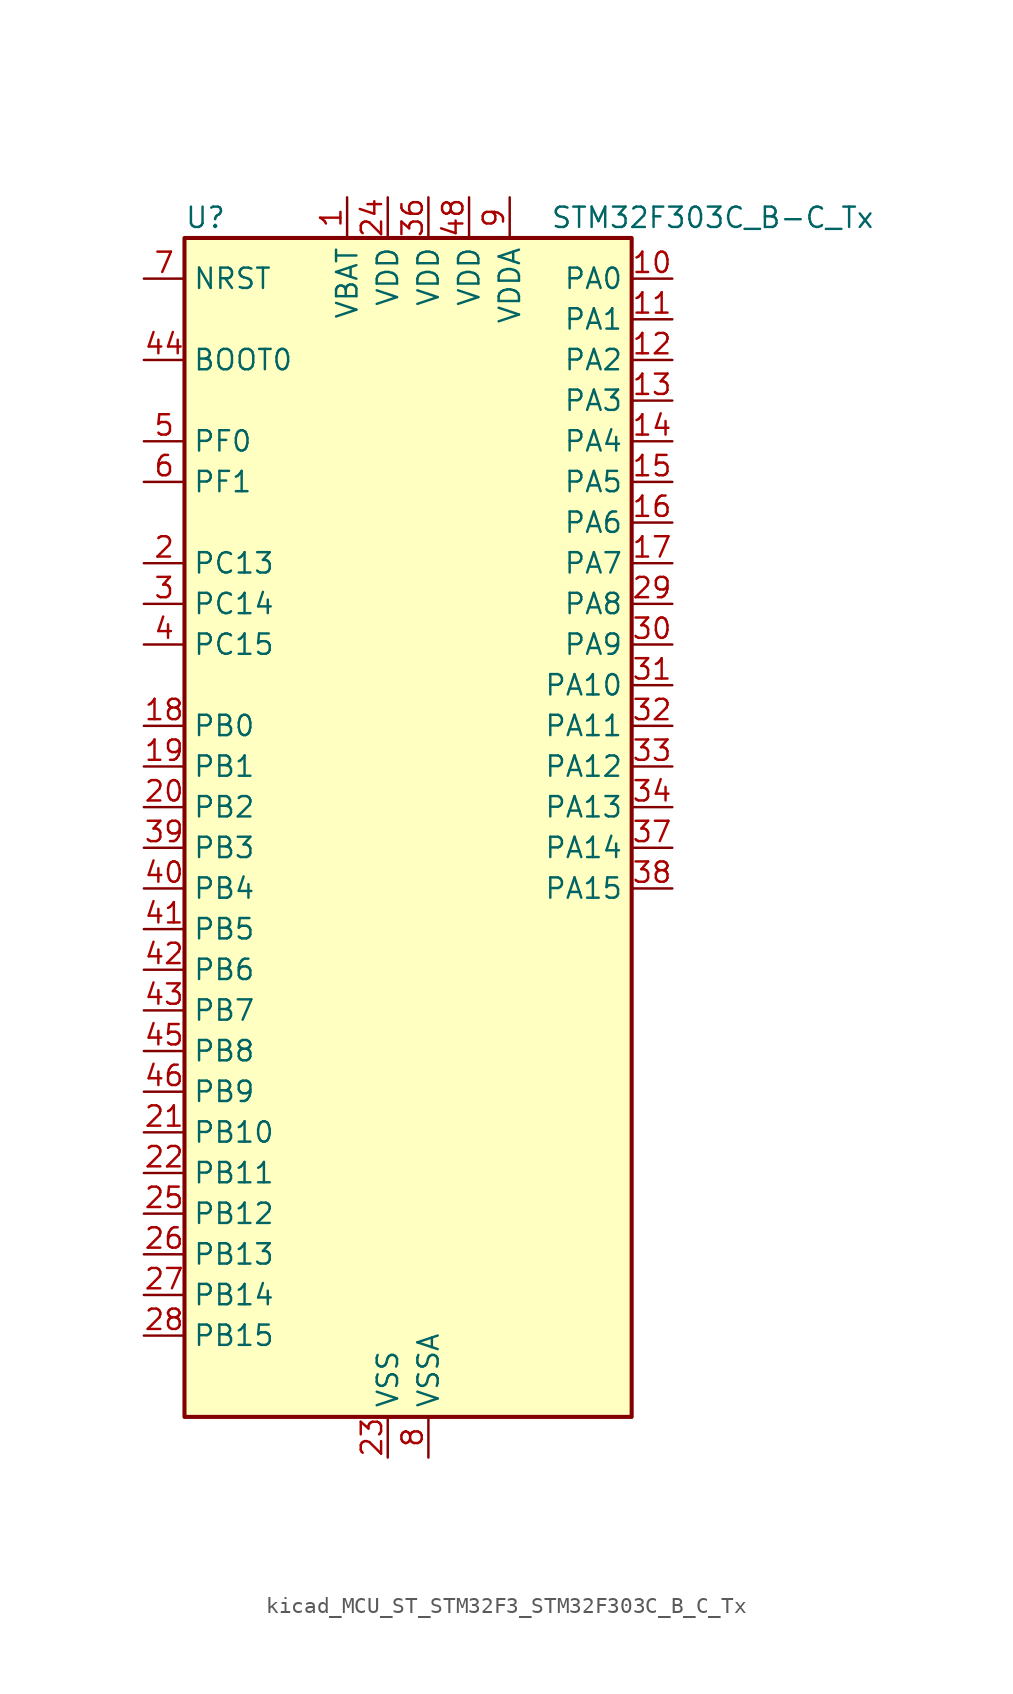
<source format=kicad_sym>
(kicad_symbol_lib
  (version 20220914)
  (generator kicad_symbol_editor)
  (symbol "kicad_MCU_ST_STM32F3_STM32F303C_B_C_Tx"
    (property "Reference" "U"
      (at -12.7 39.37 0)
      (effects (font (size 1.27 1.27)) (justify left)))
    (property "Value" "STM32F303C_B-C_Tx"
      (at 10.16 39.37 0)
      (effects (font (size 1.27 1.27)) (justify left)))
    (property "ki_locked" ""
      (at 0 0 0)
      (effects (font (size 1.27 1.27))))
    (symbol "kicad_MCU_ST_STM32F3_STM32F303C_B_C_Tx_0_1"
      (rectangle (start -12.7 -35.56) (end 15.24 38.1) (stroke (width 0.254) (type default)) (fill (type background))))
    (symbol "kicad_MCU_ST_STM32F3_STM32F303C_B_C_Tx_1_1"
      (pin power_in line (at -2.54 40.64 270) (length 2.54) (name "VBAT" (effects (font (size 1.27 1.27)))) (number "1" (effects (font (size 1.27 1.27)))))
      (pin bidirectional line (at 17.78 35.56 180) (length 2.54) (name "PA0" (effects (font (size 1.27 1.27)))) (number "10" (effects (font (size 1.27 1.27)))) (alternate "ADC1_IN1" bidirectional line) (alternate "COMP1_INM" bidirectional line) (alternate "COMP1_OUT" bidirectional line) (alternate "COMP7_INP" bidirectional line) (alternate "RTC_TAMP2" bidirectional line) (alternate "SYS_WKUP1" bidirectional line) (alternate "TIM2_CH1" bidirectional line) (alternate "TIM2_ETR" bidirectional line) (alternate "TIM8_BKIN" bidirectional line) (alternate "TIM8_ETR" bidirectional line) (alternate "TSC_G1_IO1" bidirectional line) (alternate "USART2_CTS" bidirectional line))
      (pin bidirectional line (at 17.78 33.02 180) (length 2.54) (name "PA1" (effects (font (size 1.27 1.27)))) (number "11" (effects (font (size 1.27 1.27)))) (alternate "ADC1_IN2" bidirectional line) (alternate "COMP1_INP" bidirectional line) (alternate "OPAMP1_VINP" bidirectional line) (alternate "OPAMP1_VINP_SEC" bidirectional line) (alternate "OPAMP3_VINP" bidirectional line) (alternate "OPAMP3_VINP_SEC" bidirectional line) (alternate "RTC_REFIN" bidirectional line) (alternate "TIM15_CH1N" bidirectional line) (alternate "TIM2_CH2" bidirectional line) (alternate "TSC_G1_IO2" bidirectional line) (alternate "USART2_DE" bidirectional line) (alternate "USART2_RTS" bidirectional line))
      (pin bidirectional line (at 17.78 30.48 180) (length 2.54) (name "PA2" (effects (font (size 1.27 1.27)))) (number "12" (effects (font (size 1.27 1.27)))) (alternate "ADC1_IN3" bidirectional line) (alternate "ADC3_EXTI2" bidirectional line) (alternate "ADC4_EXTI2" bidirectional line) (alternate "COMP2_INM" bidirectional line) (alternate "COMP2_OUT" bidirectional line) (alternate "OPAMP1_VOUT" bidirectional line) (alternate "TIM15_CH1" bidirectional line) (alternate "TIM2_CH3" bidirectional line) (alternate "TSC_G1_IO3" bidirectional line) (alternate "USART2_TX" bidirectional line))
      (pin bidirectional line (at 17.78 27.94 180) (length 2.54) (name "PA3" (effects (font (size 1.27 1.27)))) (number "13" (effects (font (size 1.27 1.27)))) (alternate "ADC1_IN4" bidirectional line) (alternate "COMP2_INP" bidirectional line) (alternate "OPAMP1_VINM" bidirectional line) (alternate "OPAMP1_VINM_SEC" bidirectional line) (alternate "OPAMP1_VINP" bidirectional line) (alternate "OPAMP1_VINP_SEC" bidirectional line) (alternate "TIM15_CH2" bidirectional line) (alternate "TIM2_CH4" bidirectional line) (alternate "TSC_G1_IO4" bidirectional line) (alternate "USART2_RX" bidirectional line))
      (pin bidirectional line (at 17.78 25.4 180) (length 2.54) (name "PA4" (effects (font (size 1.27 1.27)))) (number "14" (effects (font (size 1.27 1.27)))) (alternate "ADC2_IN1" bidirectional line) (alternate "COMP1_INM" bidirectional line) (alternate "COMP2_INM" bidirectional line) (alternate "COMP3_INM" bidirectional line) (alternate "COMP4_INM" bidirectional line) (alternate "COMP5_INM" bidirectional line) (alternate "COMP6_INM" bidirectional line) (alternate "COMP7_INM" bidirectional line) (alternate "DAC_OUT1" bidirectional line) (alternate "I2S3_WS" bidirectional line) (alternate "OPAMP4_VINP" bidirectional line) (alternate "OPAMP4_VINP_SEC" bidirectional line) (alternate "SPI1_NSS" bidirectional line) (alternate "SPI3_NSS" bidirectional line) (alternate "TIM3_CH2" bidirectional line) (alternate "TSC_G2_IO1" bidirectional line) (alternate "USART2_CK" bidirectional line))
      (pin bidirectional line (at 17.78 22.86 180) (length 2.54) (name "PA5" (effects (font (size 1.27 1.27)))) (number "15" (effects (font (size 1.27 1.27)))) (alternate "ADC2_IN2" bidirectional line) (alternate "COMP1_INM" bidirectional line) (alternate "COMP2_INM" bidirectional line) (alternate "COMP3_INM" bidirectional line) (alternate "COMP4_INM" bidirectional line) (alternate "COMP5_INM" bidirectional line) (alternate "COMP6_INM" bidirectional line) (alternate "COMP7_INM" bidirectional line) (alternate "DAC_OUT2" bidirectional line) (alternate "OPAMP1_VINP" bidirectional line) (alternate "OPAMP1_VINP_SEC" bidirectional line) (alternate "OPAMP2_VINM" bidirectional line) (alternate "OPAMP2_VINM_SEC" bidirectional line) (alternate "OPAMP3_VINP" bidirectional line) (alternate "OPAMP3_VINP_SEC" bidirectional line) (alternate "SPI1_SCK" bidirectional line) (alternate "TIM2_CH1" bidirectional line) (alternate "TIM2_ETR" bidirectional line) (alternate "TSC_G2_IO2" bidirectional line))
      (pin bidirectional line (at 17.78 20.32 180) (length 2.54) (name "PA6" (effects (font (size 1.27 1.27)))) (number "16" (effects (font (size 1.27 1.27)))) (alternate "ADC2_IN3" bidirectional line) (alternate "COMP1_OUT" bidirectional line) (alternate "OPAMP2_VOUT" bidirectional line) (alternate "SPI1_MISO" bidirectional line) (alternate "TIM16_CH1" bidirectional line) (alternate "TIM1_BKIN" bidirectional line) (alternate "TIM3_CH1" bidirectional line) (alternate "TIM8_BKIN" bidirectional line) (alternate "TSC_G2_IO3" bidirectional line))
      (pin bidirectional line (at 17.78 17.78 180) (length 2.54) (name "PA7" (effects (font (size 1.27 1.27)))) (number "17" (effects (font (size 1.27 1.27)))) (alternate "ADC2_IN4" bidirectional line) (alternate "COMP2_INP" bidirectional line) (alternate "COMP2_OUT" bidirectional line) (alternate "OPAMP1_VINP" bidirectional line) (alternate "OPAMP1_VINP_SEC" bidirectional line) (alternate "OPAMP2_VINP" bidirectional line) (alternate "OPAMP2_VINP_SEC" bidirectional line) (alternate "SPI1_MOSI" bidirectional line) (alternate "TIM17_CH1" bidirectional line) (alternate "TIM1_CH1N" bidirectional line) (alternate "TIM3_CH2" bidirectional line) (alternate "TIM8_CH1N" bidirectional line) (alternate "TSC_G2_IO4" bidirectional line))
      (pin bidirectional line (at -15.24 7.62 0) (length 2.54) (name "PB0" (effects (font (size 1.27 1.27)))) (number "18" (effects (font (size 1.27 1.27)))) (alternate "ADC3_IN12" bidirectional line) (alternate "COMP4_INP" bidirectional line) (alternate "OPAMP2_VINP" bidirectional line) (alternate "OPAMP2_VINP_SEC" bidirectional line) (alternate "OPAMP3_VINP" bidirectional line) (alternate "OPAMP3_VINP_SEC" bidirectional line) (alternate "TIM1_CH2N" bidirectional line) (alternate "TIM3_CH3" bidirectional line) (alternate "TIM8_CH2N" bidirectional line) (alternate "TSC_G3_IO2" bidirectional line))
      (pin bidirectional line (at -15.24 5.08 0) (length 2.54) (name "PB1" (effects (font (size 1.27 1.27)))) (number "19" (effects (font (size 1.27 1.27)))) (alternate "ADC3_IN1" bidirectional line) (alternate "COMP4_OUT" bidirectional line) (alternate "OPAMP3_VOUT" bidirectional line) (alternate "TIM1_CH3N" bidirectional line) (alternate "TIM3_CH4" bidirectional line) (alternate "TIM8_CH3N" bidirectional line) (alternate "TSC_G3_IO3" bidirectional line))
      (pin bidirectional line (at -15.24 17.78 0) (length 2.54) (name "PC13" (effects (font (size 1.27 1.27)))) (number "2" (effects (font (size 1.27 1.27)))) (alternate "RTC_OUT_ALARM" bidirectional line) (alternate "RTC_OUT_CALIB" bidirectional line) (alternate "RTC_TAMP1" bidirectional line) (alternate "RTC_TS" bidirectional line) (alternate "SYS_WKUP2" bidirectional line) (alternate "TIM1_CH1N" bidirectional line))
      (pin bidirectional line (at -15.24 2.54 0) (length 2.54) (name "PB2" (effects (font (size 1.27 1.27)))) (number "20" (effects (font (size 1.27 1.27)))) (alternate "ADC2_IN12" bidirectional line) (alternate "ADC3_EXTI2" bidirectional line) (alternate "ADC4_EXTI2" bidirectional line) (alternate "COMP4_INM" bidirectional line) (alternate "OPAMP3_VINM" bidirectional line) (alternate "OPAMP3_VINM_SEC" bidirectional line) (alternate "TSC_G3_IO4" bidirectional line))
      (pin bidirectional line (at -15.24 -17.78 0) (length 2.54) (name "PB10" (effects (font (size 1.27 1.27)))) (number "21" (effects (font (size 1.27 1.27)))) (alternate "COMP5_INM" bidirectional line) (alternate "OPAMP3_VINM" bidirectional line) (alternate "OPAMP3_VINM_SEC" bidirectional line) (alternate "OPAMP4_VINM" bidirectional line) (alternate "OPAMP4_VINM_SEC" bidirectional line) (alternate "TIM2_CH3" bidirectional line) (alternate "TSC_SYNC" bidirectional line) (alternate "USART3_TX" bidirectional line))
      (pin bidirectional line (at -15.24 -20.32 0) (length 2.54) (name "PB11" (effects (font (size 1.27 1.27)))) (number "22" (effects (font (size 1.27 1.27)))) (alternate "ADC1_EXTI11" bidirectional line) (alternate "ADC2_EXTI11" bidirectional line) (alternate "COMP6_INP" bidirectional line) (alternate "OPAMP4_VINP" bidirectional line) (alternate "OPAMP4_VINP_SEC" bidirectional line) (alternate "TIM2_CH4" bidirectional line) (alternate "TSC_G6_IO1" bidirectional line) (alternate "USART3_RX" bidirectional line))
      (pin power_in line (at 0 -38.1 90) (length 2.54) (name "VSS" (effects (font (size 1.27 1.27)))) (number "23" (effects (font (size 1.27 1.27)))))
      (pin power_in line (at 0 40.64 270) (length 2.54) (name "VDD" (effects (font (size 1.27 1.27)))) (number "24" (effects (font (size 1.27 1.27)))))
      (pin bidirectional line (at -15.24 -22.86 0) (length 2.54) (name "PB12" (effects (font (size 1.27 1.27)))) (number "25" (effects (font (size 1.27 1.27)))) (alternate "ADC4_IN3" bidirectional line) (alternate "COMP3_INM" bidirectional line) (alternate "I2C2_SMBA" bidirectional line) (alternate "I2S2_WS" bidirectional line) (alternate "OPAMP4_VOUT" bidirectional line) (alternate "SPI2_NSS" bidirectional line) (alternate "TIM1_BKIN" bidirectional line) (alternate "TSC_G6_IO2" bidirectional line) (alternate "USART3_CK" bidirectional line))
      (pin bidirectional line (at -15.24 -25.4 0) (length 2.54) (name "PB13" (effects (font (size 1.27 1.27)))) (number "26" (effects (font (size 1.27 1.27)))) (alternate "ADC3_IN5" bidirectional line) (alternate "COMP5_INP" bidirectional line) (alternate "I2S2_CK" bidirectional line) (alternate "OPAMP3_VINP" bidirectional line) (alternate "OPAMP3_VINP_SEC" bidirectional line) (alternate "OPAMP4_VINP" bidirectional line) (alternate "OPAMP4_VINP_SEC" bidirectional line) (alternate "SPI2_SCK" bidirectional line) (alternate "TIM1_CH1N" bidirectional line) (alternate "TSC_G6_IO3" bidirectional line) (alternate "USART3_CTS" bidirectional line))
      (pin bidirectional line (at -15.24 -27.94 0) (length 2.54) (name "PB14" (effects (font (size 1.27 1.27)))) (number "27" (effects (font (size 1.27 1.27)))) (alternate "ADC4_IN4" bidirectional line) (alternate "COMP3_INP" bidirectional line) (alternate "I2S2_ext_SD" bidirectional line) (alternate "OPAMP2_VINP" bidirectional line) (alternate "OPAMP2_VINP_SEC" bidirectional line) (alternate "SPI2_MISO" bidirectional line) (alternate "TIM15_CH1" bidirectional line) (alternate "TIM1_CH2N" bidirectional line) (alternate "TSC_G6_IO4" bidirectional line) (alternate "USART3_DE" bidirectional line) (alternate "USART3_RTS" bidirectional line))
      (pin bidirectional line (at -15.24 -30.48 0) (length 2.54) (name "PB15" (effects (font (size 1.27 1.27)))) (number "28" (effects (font (size 1.27 1.27)))) (alternate "ADC1_EXTI15" bidirectional line) (alternate "ADC2_EXTI15" bidirectional line) (alternate "ADC4_IN5" bidirectional line) (alternate "COMP6_INM" bidirectional line) (alternate "I2S2_SD" bidirectional line) (alternate "RTC_REFIN" bidirectional line) (alternate "SPI2_MOSI" bidirectional line) (alternate "TIM15_CH1N" bidirectional line) (alternate "TIM15_CH2" bidirectional line) (alternate "TIM1_CH3N" bidirectional line))
      (pin bidirectional line (at 17.78 15.24 180) (length 2.54) (name "PA8" (effects (font (size 1.27 1.27)))) (number "29" (effects (font (size 1.27 1.27)))) (alternate "COMP3_OUT" bidirectional line) (alternate "I2C2_SMBA" bidirectional line) (alternate "I2S2_MCK" bidirectional line) (alternate "RCC_MCO" bidirectional line) (alternate "TIM1_CH1" bidirectional line) (alternate "TIM4_ETR" bidirectional line) (alternate "USART1_CK" bidirectional line))
      (pin bidirectional line (at -15.24 15.24 0) (length 2.54) (name "PC14" (effects (font (size 1.27 1.27)))) (number "3" (effects (font (size 1.27 1.27)))) (alternate "RCC_OSC32_IN" bidirectional line))
      (pin bidirectional line (at 17.78 12.7 180) (length 2.54) (name "PA9" (effects (font (size 1.27 1.27)))) (number "30" (effects (font (size 1.27 1.27)))) (alternate "COMP5_OUT" bidirectional line) (alternate "DAC_EXTI9" bidirectional line) (alternate "I2C2_SCL" bidirectional line) (alternate "I2S3_MCK" bidirectional line) (alternate "TIM15_BKIN" bidirectional line) (alternate "TIM1_CH2" bidirectional line) (alternate "TIM2_CH3" bidirectional line) (alternate "TSC_G4_IO1" bidirectional line) (alternate "USART1_TX" bidirectional line))
      (pin bidirectional line (at 17.78 10.16 180) (length 2.54) (name "PA10" (effects (font (size 1.27 1.27)))) (number "31" (effects (font (size 1.27 1.27)))) (alternate "COMP6_OUT" bidirectional line) (alternate "I2C2_SDA" bidirectional line) (alternate "TIM17_BKIN" bidirectional line) (alternate "TIM1_CH3" bidirectional line) (alternate "TIM2_CH4" bidirectional line) (alternate "TIM8_BKIN" bidirectional line) (alternate "TSC_G4_IO2" bidirectional line) (alternate "USART1_RX" bidirectional line))
      (pin bidirectional line (at 17.78 7.62 180) (length 2.54) (name "PA11" (effects (font (size 1.27 1.27)))) (number "32" (effects (font (size 1.27 1.27)))) (alternate "ADC1_EXTI11" bidirectional line) (alternate "ADC2_EXTI11" bidirectional line) (alternate "CAN_RX" bidirectional line) (alternate "COMP1_OUT" bidirectional line) (alternate "TIM1_BKIN2" bidirectional line) (alternate "TIM1_CH1N" bidirectional line) (alternate "TIM1_CH4" bidirectional line) (alternate "TIM4_CH1" bidirectional line) (alternate "USART1_CTS" bidirectional line) (alternate "USB_DM" bidirectional line))
      (pin bidirectional line (at 17.78 5.08 180) (length 2.54) (name "PA12" (effects (font (size 1.27 1.27)))) (number "33" (effects (font (size 1.27 1.27)))) (alternate "CAN_TX" bidirectional line) (alternate "COMP2_OUT" bidirectional line) (alternate "TIM16_CH1" bidirectional line) (alternate "TIM1_CH2N" bidirectional line) (alternate "TIM1_ETR" bidirectional line) (alternate "TIM4_CH2" bidirectional line) (alternate "USART1_DE" bidirectional line) (alternate "USART1_RTS" bidirectional line) (alternate "USB_DP" bidirectional line))
      (pin bidirectional line (at 17.78 2.54 180) (length 2.54) (name "PA13" (effects (font (size 1.27 1.27)))) (number "34" (effects (font (size 1.27 1.27)))) (alternate "IR_OUT" bidirectional line) (alternate "SYS_JTMS-SWDIO" bidirectional line) (alternate "TIM16_CH1N" bidirectional line) (alternate "TIM4_CH3" bidirectional line) (alternate "TSC_G4_IO3" bidirectional line) (alternate "USART3_CTS" bidirectional line))
      (pin passive line (at 0 -38.1 90) (length 2.54) hide (name "VSS" (effects (font (size 1.27 1.27)))) (number "35" (effects (font (size 1.27 1.27)))))
      (pin power_in line (at 2.54 40.64 270) (length 2.54) (name "VDD" (effects (font (size 1.27 1.27)))) (number "36" (effects (font (size 1.27 1.27)))))
      (pin bidirectional line (at 17.78 0 180) (length 2.54) (name "PA14" (effects (font (size 1.27 1.27)))) (number "37" (effects (font (size 1.27 1.27)))) (alternate "I2C1_SDA" bidirectional line) (alternate "SYS_JTCK-SWCLK" bidirectional line) (alternate "TIM1_BKIN" bidirectional line) (alternate "TIM8_CH2" bidirectional line) (alternate "TSC_G4_IO4" bidirectional line) (alternate "USART2_TX" bidirectional line))
      (pin bidirectional line (at 17.78 -2.54 180) (length 2.54) (name "PA15" (effects (font (size 1.27 1.27)))) (number "38" (effects (font (size 1.27 1.27)))) (alternate "ADC1_EXTI15" bidirectional line) (alternate "ADC2_EXTI15" bidirectional line) (alternate "I2C1_SCL" bidirectional line) (alternate "I2S3_WS" bidirectional line) (alternate "SPI1_NSS" bidirectional line) (alternate "SPI3_NSS" bidirectional line) (alternate "SYS_JTDI" bidirectional line) (alternate "TIM1_BKIN" bidirectional line) (alternate "TIM2_CH1" bidirectional line) (alternate "TIM2_ETR" bidirectional line) (alternate "TIM8_CH1" bidirectional line) (alternate "USART2_RX" bidirectional line))
      (pin bidirectional line (at -15.24 0 0) (length 2.54) (name "PB3" (effects (font (size 1.27 1.27)))) (number "39" (effects (font (size 1.27 1.27)))) (alternate "I2S3_CK" bidirectional line) (alternate "SPI1_SCK" bidirectional line) (alternate "SPI3_SCK" bidirectional line) (alternate "SYS_JTDO-TRACESWO" bidirectional line) (alternate "TIM2_CH2" bidirectional line) (alternate "TIM3_ETR" bidirectional line) (alternate "TIM4_ETR" bidirectional line) (alternate "TIM8_CH1N" bidirectional line) (alternate "TSC_G5_IO1" bidirectional line) (alternate "USART2_TX" bidirectional line))
      (pin bidirectional line (at -15.24 12.7 0) (length 2.54) (name "PC15" (effects (font (size 1.27 1.27)))) (number "4" (effects (font (size 1.27 1.27)))) (alternate "ADC1_EXTI15" bidirectional line) (alternate "ADC2_EXTI15" bidirectional line) (alternate "RCC_OSC32_OUT" bidirectional line))
      (pin bidirectional line (at -15.24 -2.54 0) (length 2.54) (name "PB4" (effects (font (size 1.27 1.27)))) (number "40" (effects (font (size 1.27 1.27)))) (alternate "I2S3_ext_SD" bidirectional line) (alternate "SPI1_MISO" bidirectional line) (alternate "SPI3_MISO" bidirectional line) (alternate "SYS_NJTRST" bidirectional line) (alternate "TIM16_CH1" bidirectional line) (alternate "TIM17_BKIN" bidirectional line) (alternate "TIM3_CH1" bidirectional line) (alternate "TIM8_CH2N" bidirectional line) (alternate "TSC_G5_IO2" bidirectional line) (alternate "USART2_RX" bidirectional line))
      (pin bidirectional line (at -15.24 -5.08 0) (length 2.54) (name "PB5" (effects (font (size 1.27 1.27)))) (number "41" (effects (font (size 1.27 1.27)))) (alternate "I2C1_SMBA" bidirectional line) (alternate "I2S3_SD" bidirectional line) (alternate "SPI1_MOSI" bidirectional line) (alternate "SPI3_MOSI" bidirectional line) (alternate "TIM16_BKIN" bidirectional line) (alternate "TIM17_CH1" bidirectional line) (alternate "TIM3_CH2" bidirectional line) (alternate "TIM8_CH3N" bidirectional line) (alternate "USART2_CK" bidirectional line))
      (pin bidirectional line (at -15.24 -7.62 0) (length 2.54) (name "PB6" (effects (font (size 1.27 1.27)))) (number "42" (effects (font (size 1.27 1.27)))) (alternate "I2C1_SCL" bidirectional line) (alternate "TIM16_CH1N" bidirectional line) (alternate "TIM4_CH1" bidirectional line) (alternate "TIM8_BKIN2" bidirectional line) (alternate "TIM8_CH1" bidirectional line) (alternate "TIM8_ETR" bidirectional line) (alternate "TSC_G5_IO3" bidirectional line) (alternate "USART1_TX" bidirectional line))
      (pin bidirectional line (at -15.24 -10.16 0) (length 2.54) (name "PB7" (effects (font (size 1.27 1.27)))) (number "43" (effects (font (size 1.27 1.27)))) (alternate "I2C1_SDA" bidirectional line) (alternate "TIM17_CH1N" bidirectional line) (alternate "TIM3_CH4" bidirectional line) (alternate "TIM4_CH2" bidirectional line) (alternate "TIM8_BKIN" bidirectional line) (alternate "TSC_G5_IO4" bidirectional line) (alternate "USART1_RX" bidirectional line))
      (pin input line (at -15.24 30.48 0) (length 2.54) (name "BOOT0" (effects (font (size 1.27 1.27)))) (number "44" (effects (font (size 1.27 1.27)))))
      (pin bidirectional line (at -15.24 -12.7 0) (length 2.54) (name "PB8" (effects (font (size 1.27 1.27)))) (number "45" (effects (font (size 1.27 1.27)))) (alternate "CAN_RX" bidirectional line) (alternate "COMP1_OUT" bidirectional line) (alternate "I2C1_SCL" bidirectional line) (alternate "TIM16_CH1" bidirectional line) (alternate "TIM1_BKIN" bidirectional line) (alternate "TIM4_CH3" bidirectional line) (alternate "TIM8_CH2" bidirectional line) (alternate "TSC_SYNC" bidirectional line))
      (pin bidirectional line (at -15.24 -15.24 0) (length 2.54) (name "PB9" (effects (font (size 1.27 1.27)))) (number "46" (effects (font (size 1.27 1.27)))) (alternate "CAN_TX" bidirectional line) (alternate "COMP2_OUT" bidirectional line) (alternate "DAC_EXTI9" bidirectional line) (alternate "I2C1_SDA" bidirectional line) (alternate "IR_OUT" bidirectional line) (alternate "TIM17_CH1" bidirectional line) (alternate "TIM4_CH4" bidirectional line) (alternate "TIM8_CH3" bidirectional line))
      (pin passive line (at 0 -38.1 90) (length 2.54) hide (name "VSS" (effects (font (size 1.27 1.27)))) (number "47" (effects (font (size 1.27 1.27)))))
      (pin power_in line (at 5.08 40.64 270) (length 2.54) (name "VDD" (effects (font (size 1.27 1.27)))) (number "48" (effects (font (size 1.27 1.27)))))
      (pin bidirectional line (at -15.24 25.4 0) (length 2.54) (name "PF0" (effects (font (size 1.27 1.27)))) (number "5" (effects (font (size 1.27 1.27)))) (alternate "I2C2_SDA" bidirectional line) (alternate "RCC_OSC_IN" bidirectional line) (alternate "TIM1_CH3N" bidirectional line))
      (pin bidirectional line (at -15.24 22.86 0) (length 2.54) (name "PF1" (effects (font (size 1.27 1.27)))) (number "6" (effects (font (size 1.27 1.27)))) (alternate "I2C2_SCL" bidirectional line) (alternate "RCC_OSC_OUT" bidirectional line))
      (pin input line (at -15.24 35.56 0) (length 2.54) (name "NRST" (effects (font (size 1.27 1.27)))) (number "7" (effects (font (size 1.27 1.27)))))
      (pin power_in line (at 2.54 -38.1 90) (length 2.54) (name "VSSA" (effects (font (size 1.27 1.27)))) (number "8" (effects (font (size 1.27 1.27)))))
      (pin power_in line (at 7.62 40.64 270) (length 2.54) (name "VDDA" (effects (font (size 1.27 1.27)))) (number "9" (effects (font (size 1.27 1.27))))))))
</source>
